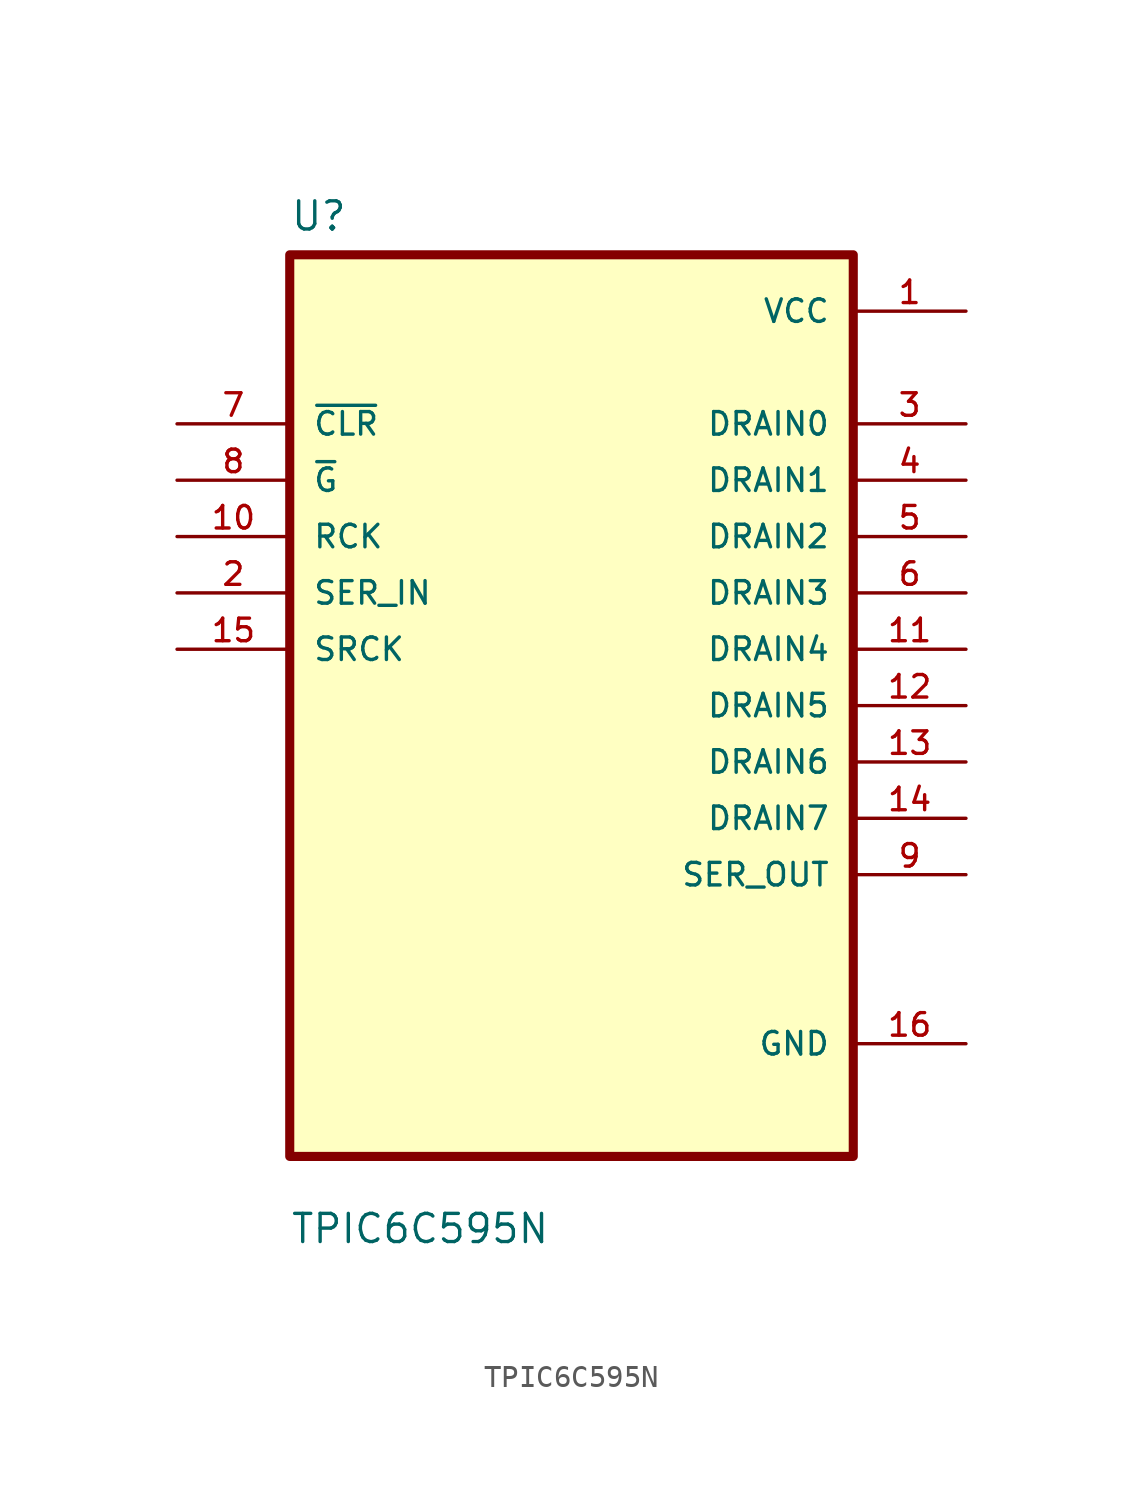
<source format=kicad_sym>
(kicad_symbol_lib
  (version 20211014)
  (generator kicad_symbol_editor)
  (symbol "TPIC6C595N"
    (pin_names
      (offset 1.016))
    (property "Reference" "U"
      (at -12.7 21.32 0.0)
      (effects (font (size 1.27 1.27)) (justify bottom left)))
    (property "Value" "TPIC6C595N"
      (at -12.7 -24.32 0.0)
      (effects (font (size 1.27 1.27)) (justify bottom left)))
    (symbol "TPIC6C595N_0_0"
      (rectangle (start -12.7 -20.32) (end 12.7 20.32) (stroke (width 0.41)) (fill (type background)))
      (pin input line (at -17.78 12.7 0) (length 5.08) (name "~{CLR}" (effects (font (size 1.016 1.016)))) (number "7" (effects (font (size 1.016 1.016)))))
      (pin input line (at -17.78 10.16 0) (length 5.08) (name "~{G}" (effects (font (size 1.016 1.016)))) (number "8" (effects (font (size 1.016 1.016)))))
      (pin input line (at -17.78 7.62 0) (length 5.08) (name "RCK" (effects (font (size 1.016 1.016)))) (number "10" (effects (font (size 1.016 1.016)))))
      (pin input line (at -17.78 5.08 0) (length 5.08) (name "SER_IN" (effects (font (size 1.016 1.016)))) (number "2" (effects (font (size 1.016 1.016)))))
      (pin input line (at -17.78 2.54 0) (length 5.08) (name "SRCK" (effects (font (size 1.016 1.016)))) (number "15" (effects (font (size 1.016 1.016)))))
      (pin power_in line (at 17.78 17.78 180.0) (length 5.08) (name "VCC" (effects (font (size 1.016 1.016)))) (number "1" (effects (font (size 1.016 1.016)))))
      (pin output line (at 17.78 12.7 180.0) (length 5.08) (name "DRAIN0" (effects (font (size 1.016 1.016)))) (number "3" (effects (font (size 1.016 1.016)))))
      (pin output line (at 17.78 10.16 180.0) (length 5.08) (name "DRAIN1" (effects (font (size 1.016 1.016)))) (number "4" (effects (font (size 1.016 1.016)))))
      (pin output line (at 17.78 7.62 180.0) (length 5.08) (name "DRAIN2" (effects (font (size 1.016 1.016)))) (number "5" (effects (font (size 1.016 1.016)))))
      (pin output line (at 17.78 5.08 180.0) (length 5.08) (name "DRAIN3" (effects (font (size 1.016 1.016)))) (number "6" (effects (font (size 1.016 1.016)))))
      (pin output line (at 17.78 2.54 180.0) (length 5.08) (name "DRAIN4" (effects (font (size 1.016 1.016)))) (number "11" (effects (font (size 1.016 1.016)))))
      (pin output line (at 17.78 0.0 180.0) (length 5.08) (name "DRAIN5" (effects (font (size 1.016 1.016)))) (number "12" (effects (font (size 1.016 1.016)))))
      (pin output line (at 17.78 -2.54 180.0) (length 5.08) (name "DRAIN6" (effects (font (size 1.016 1.016)))) (number "13" (effects (font (size 1.016 1.016)))))
      (pin output line (at 17.78 -5.08 180.0) (length 5.08) (name "DRAIN7" (effects (font (size 1.016 1.016)))) (number "14" (effects (font (size 1.016 1.016)))))
      (pin output line (at 17.78 -7.62 180.0) (length 5.08) (name "SER_OUT" (effects (font (size 1.016 1.016)))) (number "9" (effects (font (size 1.016 1.016)))))
      (pin power_in line (at 17.78 -15.24 180.0) (length 5.08) (name "GND" (effects (font (size 1.016 1.016)))) (number "16" (effects (font (size 1.016 1.016))))))))
</source>
